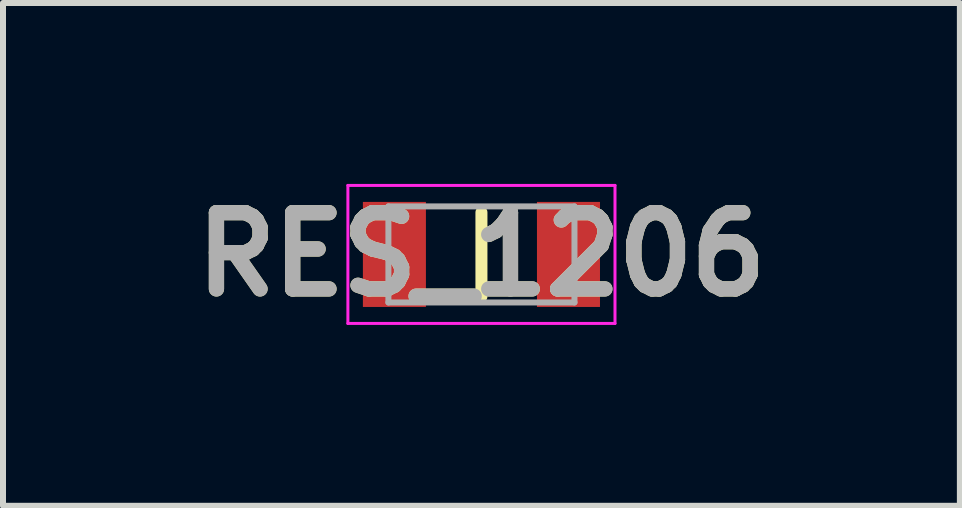
<source format=kicad_pcb>
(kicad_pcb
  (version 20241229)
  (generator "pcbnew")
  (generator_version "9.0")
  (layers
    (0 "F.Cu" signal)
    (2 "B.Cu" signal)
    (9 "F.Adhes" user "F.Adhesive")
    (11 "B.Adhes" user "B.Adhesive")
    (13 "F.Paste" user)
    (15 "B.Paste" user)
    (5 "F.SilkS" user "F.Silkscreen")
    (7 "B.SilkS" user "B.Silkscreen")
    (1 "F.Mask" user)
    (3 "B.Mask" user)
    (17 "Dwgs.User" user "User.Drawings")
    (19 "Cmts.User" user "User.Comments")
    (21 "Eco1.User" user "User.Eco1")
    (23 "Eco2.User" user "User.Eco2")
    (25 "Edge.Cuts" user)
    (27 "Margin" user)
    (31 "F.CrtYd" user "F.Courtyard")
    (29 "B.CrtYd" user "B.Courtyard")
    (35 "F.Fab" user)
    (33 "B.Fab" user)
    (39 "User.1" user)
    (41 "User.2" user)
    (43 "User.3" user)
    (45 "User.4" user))
  (footprint "RES_1206"
    (layer "F.Cu")
    (at 4.971 1.189)
    (property "Reference" "RES_1206" (at 0 0 0) (layer "F.SilkS") (effects (font (size 1.27 1.27) (thickness 0.254))))
    (attr smd)
    (fp_line (start 0 -0.7) (end 0 0.7) (stroke (width 0.2) (type solid)) (layer "F.SilkS"))
    (fp_line (start -2.225 -1.15) (end 2.225 -1.15) (stroke (width 0.05) (type solid)) (layer "F.CrtYd"))
    (fp_line (start -2.225 1.15) (end -2.225 -1.15) (stroke (width 0.05) (type solid)) (layer "F.CrtYd"))
    (fp_line (start 2.225 -1.15) (end 2.225 1.15) (stroke (width 0.05) (type solid)) (layer "F.CrtYd"))
    (fp_line (start 2.225 1.15) (end -2.225 1.15) (stroke (width 0.05) (type solid)) (layer "F.CrtYd"))
    (fp_line (start -1.55 -0.8) (end 1.55 -0.8) (stroke (width 0.1) (type solid)) (layer "F.Fab"))
    (fp_line (start -1.55 0.8) (end -1.55 -0.8) (stroke (width 0.1) (type solid)) (layer "F.Fab"))
    (fp_line (start 1.55 -0.8) (end 1.55 0.8) (stroke (width 0.1) (type solid)) (layer "F.Fab"))
    (fp_line (start 1.55 0.8) (end -1.55 0.8) (stroke (width 0.1) (type solid)) (layer "F.Fab"))
    (fp_text user "${REFERENCE}" (at 0 0 0) (layer "F.Fab") (effects (font (size 1.27 1.27) (thickness 0.254))))
    (pad "1" smd rect (at -1.45 0) (size 1.05 1.75) (layers "F.Cu" "F.Mask" "F.Paste"))
    (pad "2" smd rect (at 1.45 0) (size 1.05 1.75) (layers "F.Cu" "F.Mask" "F.Paste")))
  (gr_rect
    (start -3 -3)
    (end 12.942 5.377)
    (stroke (width 0.1) (type default))
    (fill no)
    (layer "Edge.Cuts")))
</source>
